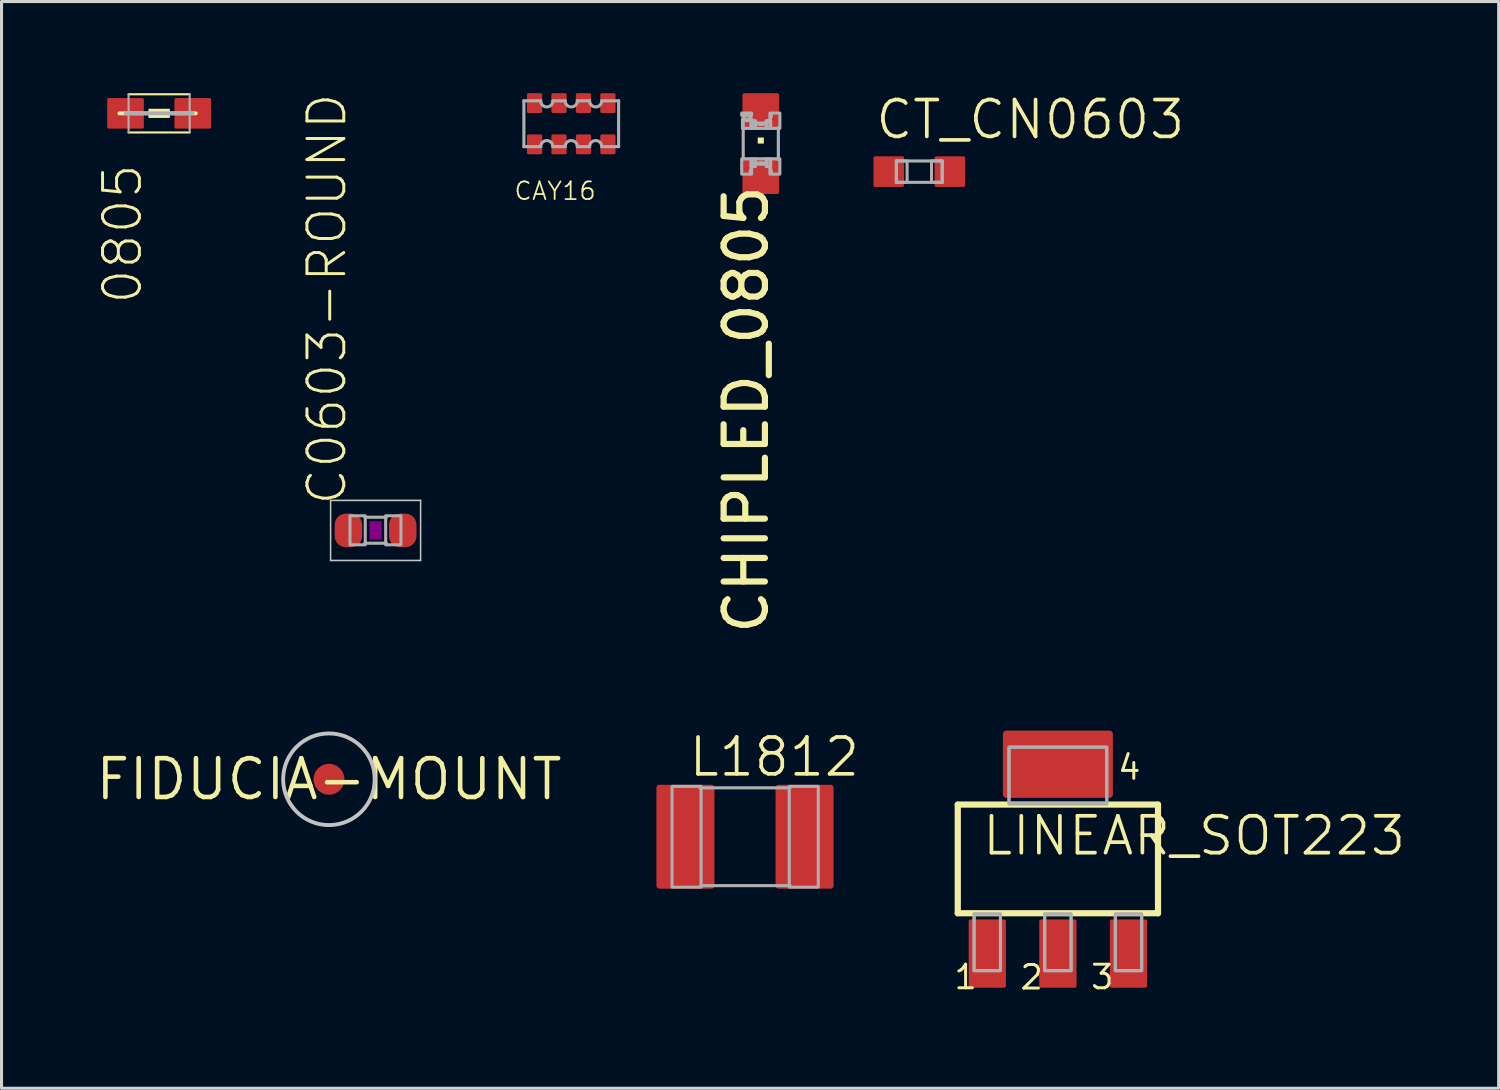
<source format=kicad_pcb>
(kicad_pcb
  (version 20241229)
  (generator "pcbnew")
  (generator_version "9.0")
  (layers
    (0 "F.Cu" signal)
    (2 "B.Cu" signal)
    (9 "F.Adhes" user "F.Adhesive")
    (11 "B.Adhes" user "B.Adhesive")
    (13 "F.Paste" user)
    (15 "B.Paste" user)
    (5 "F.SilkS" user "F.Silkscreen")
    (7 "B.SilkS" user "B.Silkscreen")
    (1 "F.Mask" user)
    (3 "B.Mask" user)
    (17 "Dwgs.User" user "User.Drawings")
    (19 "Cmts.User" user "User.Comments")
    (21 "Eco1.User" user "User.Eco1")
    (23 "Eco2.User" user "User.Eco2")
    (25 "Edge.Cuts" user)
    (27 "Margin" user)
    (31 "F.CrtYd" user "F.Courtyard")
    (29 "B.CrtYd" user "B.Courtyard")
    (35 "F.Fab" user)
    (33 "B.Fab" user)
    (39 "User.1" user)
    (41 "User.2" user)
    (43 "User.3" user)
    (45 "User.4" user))
  (footprint "FIDUCIA-MOUNT"
    (layer "F.Cu")
    (at 7.718 22.457)
    (property "Reference" "FIDUCIA-MOUNT" (at 0 0 0) (layer "F.SilkS") (effects (font (size 1.27 1.27) (thickness 0.15))))
    (attr through_hole)
    (fp_circle (center 0 0) (end 0.5 0) (stroke (width 2.184) (type solid)) (fill no) (layer "F.Mask"))
    (fp_circle (center 0 0) (end 1.5 0) (stroke (width 0.127) (type solid)) (fill no) (layer "Dwgs.User"))
    (pad "P$1" smd roundrect (at 0 0) (size 1.016 1.016) (layers "F.Cu" "F.Mask" "F.Paste") (roundrect_rratio 0.5)))
  (footprint "CHIPLED_0805"
    (layer "F.Cu")
    (at 21.852 1.65)
    (property "Reference" "CHIPLED_0805" (at -1.27 1.27 270) (layer "F.SilkS") (effects (font (size 1.351 1.351) (thickness 0.203)) (justify right top)))
    (attr through_hole)
    (fp_poly (pts (xy -0.1 0) (xy 0.1 0) (xy 0.1 -0.2) (xy -0.1 -0.2)) (stroke (width 0) (type solid)) (fill yes) (layer "F.SilkS"))
    (fp_line (start -0.575 0.5) (end -0.575 -0.925) (stroke (width 0.102) (type solid)) (layer "F.Fab"))
    (fp_line (start 0.575 -0.525) (end 0.575 0.525) (stroke (width 0.102) (type solid)) (layer "F.Fab"))
    (fp_arc (start -0.35 0.925) (mid -0.000001 0.625027) (end 0.35 0.924998) (stroke (width 0.1016) (type solid)) (layer "F.Fab"))
    (fp_arc (start 0.35 -0.924998) (mid -0.000001 -0.625027) (end -0.35 -0.925) (stroke (width 0.1016) (type solid)) (layer "F.Fab"))
    (fp_circle (center -0.45 -0.85) (end -0.347 -0.85) (stroke (width 0.102) (type solid)) (fill no) (layer "F.Fab"))
    (fp_poly (pts (xy -0.625 -0.925) (xy -0.3 -0.925) (xy -0.3 -1) (xy -0.625 -1)) (stroke (width 0.1) (type solid)) (fill no) (layer "F.Fab"))
    (fp_poly (pts (xy -0.625 1) (xy -0.3 1) (xy -0.3 0.5) (xy -0.625 0.5)) (stroke (width 0.1) (type solid)) (fill no) (layer "F.Fab"))
    (fp_poly (pts (xy -0.6 -0.5) (xy -0.3 -0.5) (xy -0.3 -0.8) (xy -0.6 -0.8)) (stroke (width 0.1) (type solid)) (fill no) (layer "F.Fab"))
    (fp_poly (pts (xy -0.325 -0.5) (xy -0.175 -0.5) (xy -0.175 -0.75) (xy -0.325 -0.75)) (stroke (width 0.1) (type solid)) (fill no) (layer "F.Fab"))
    (fp_poly (pts (xy -0.325 0.75) (xy -0.175 0.75) (xy -0.175 0.5) (xy -0.325 0.5)) (stroke (width 0.1) (type solid)) (fill no) (layer "F.Fab"))
    (fp_poly (pts (xy -0.2 -0.5) (xy 0.2 -0.5) (xy 0.2 -0.675) (xy -0.2 -0.675)) (stroke (width 0.1) (type solid)) (fill no) (layer "F.Fab"))
    (fp_poly (pts (xy -0.2 0.675) (xy 0.2 0.675) (xy 0.2 0.5) (xy -0.2 0.5)) (stroke (width 0.1) (type solid)) (fill no) (layer "F.Fab"))
    (fp_poly (pts (xy 0.175 -0.5) (xy 0.325 -0.5) (xy 0.325 -0.75) (xy 0.175 -0.75)) (stroke (width 0.1) (type solid)) (fill no) (layer "F.Fab"))
    (fp_poly (pts (xy 0.175 0.75) (xy 0.325 0.75) (xy 0.325 0.5) (xy 0.175 0.5)) (stroke (width 0.1) (type solid)) (fill no) (layer "F.Fab"))
    (fp_poly (pts (xy 0.3 -0.5) (xy 0.625 -0.5) (xy 0.625 -1) (xy 0.3 -1)) (stroke (width 0.1) (type solid)) (fill no) (layer "F.Fab"))
    (fp_poly (pts (xy 0.3 1) (xy 0.625 1) (xy 0.625 0.5) (xy 0.3 0.5)) (stroke (width 0.1) (type solid)) (fill no) (layer "F.Fab"))
    (pad "A" smd roundrect (at 0 1.05) (size 1.2 1.2) (layers "F.Cu" "F.Mask" "F.Paste") (roundrect_rratio 0.05))
    (pad "C" smd roundrect (at 0 -1.05) (size 1.2 1.2) (layers "F.Cu" "F.Mask" "F.Paste") (roundrect_rratio 0.05)))
  (footprint "LINEAR_SOT223"
    (layer "F.Cu")
    (at 31.577 25.064)
    (property "Reference" "LINEAR_SOT223" (at -2.54 -0.051 0) (layer "F.SilkS") (effects (font (size 1.206 1.206) (thickness 0.121)) (justify left bottom)))
    (attr through_hole)
    (fp_line (start -3.277 -1.778) (end 3.277 -1.778) (stroke (width 0.203) (type solid)) (layer "F.SilkS"))
    (fp_line (start -3.277 1.778) (end -3.277 -1.778) (stroke (width 0.203) (type solid)) (layer "F.SilkS"))
    (fp_line (start 3.277 -1.778) (end 3.277 1.778) (stroke (width 0.203) (type solid)) (layer "F.SilkS"))
    (fp_line (start 3.277 1.778) (end -3.277 1.778) (stroke (width 0.203) (type solid)) (layer "F.SilkS"))
    (fp_poly (pts (xy -2.743 3.658) (xy -1.88 3.658) (xy -1.88 1.803) (xy -2.743 1.803)) (stroke (width 0.1) (type solid)) (fill no) (layer "F.Fab"))
    (fp_poly (pts (xy -2.743 3.658) (xy -1.88 3.658) (xy -1.88 1.803) (xy -2.743 1.803)) (stroke (width 0.1) (type solid)) (fill no) (layer "F.Fab"))
    (fp_poly (pts (xy -1.6 -1.803) (xy 1.6 -1.803) (xy 1.6 -3.658) (xy -1.6 -3.658)) (stroke (width 0.1) (type solid)) (fill no) (layer "F.Fab"))
    (fp_poly (pts (xy -1.6 -1.803) (xy 1.6 -1.803) (xy 1.6 -3.658) (xy -1.6 -3.658)) (stroke (width 0.1) (type solid)) (fill no) (layer "F.Fab"))
    (fp_poly (pts (xy -0.432 3.658) (xy 0.432 3.658) (xy 0.432 1.803) (xy -0.432 1.803)) (stroke (width 0.1) (type solid)) (fill no) (layer "F.Fab"))
    (fp_poly (pts (xy -0.432 3.658) (xy 0.432 3.658) (xy 0.432 1.803) (xy -0.432 1.803)) (stroke (width 0.1) (type solid)) (fill no) (layer "F.Fab"))
    (fp_poly (pts (xy 1.88 3.658) (xy 2.743 3.658) (xy 2.743 1.803) (xy 1.88 1.803)) (stroke (width 0.1) (type solid)) (fill no) (layer "F.Fab"))
    (fp_poly (pts (xy 1.88 3.658) (xy 2.743 3.658) (xy 2.743 1.803) (xy 1.88 1.803)) (stroke (width 0.1) (type solid)) (fill no) (layer "F.Fab"))
    (fp_text user "2" (at -1.291 4.327 0) (layer "F.SilkS") (effects (font (size 0.772 0.772) (thickness 0.098)) (justify left bottom)))
    (fp_text user "3" (at 1.021 4.318 0) (layer "F.SilkS") (effects (font (size 0.772 0.772) (thickness 0.098)) (justify left bottom)))
    (fp_text user "1" (at -3.453 4.318 0) (layer "F.SilkS") (effects (font (size 0.772 0.772) (thickness 0.098)) (justify left bottom)))
    (fp_text user "4" (at 1.905 -2.54 0) (layer "F.SilkS") (effects (font (size 0.772 0.772) (thickness 0.098)) (justify left bottom)))
    (pad "1" smd roundrect (at -2.311 3.099) (size 1.219 2.235) (layers "F.Cu" "F.Mask" "F.Paste") (roundrect_rratio 0.05))
    (pad "2" smd roundrect (at 0 3.099) (size 1.219 2.235) (layers "F.Cu" "F.Mask" "F.Paste") (roundrect_rratio 0.05))
    (pad "3" smd roundrect (at 2.311 3.099) (size 1.219 2.235) (layers "F.Cu" "F.Mask" "F.Paste") (roundrect_rratio 0.05))
    (pad "4" smd roundrect (at 0 -3.099) (size 3.6 2.2) (layers "F.Cu" "F.Mask" "F.Paste") (roundrect_rratio 0.05)))
  (footprint "CAY16"
    (layer "F.Cu")
    (at 15.648 1)
    (property "Reference" "CAY16" (at -1.905 2.54 0) (layer "F.SilkS") (effects (font (size 0.579 0.579) (thickness 0.058)) (justify left bottom)))
    (attr through_hole)
    (fp_line (start -1.55 -0.75) (end -1 -0.75) (stroke (width 0.102) (type solid)) (layer "F.Fab"))
    (fp_line (start -1.55 0.75) (end -1.55 -0.75) (stroke (width 0.102) (type solid)) (layer "F.Fab"))
    (fp_line (start -1 0.75) (end -1.55 0.75) (stroke (width 0.102) (type solid)) (layer "F.Fab"))
    (fp_line (start -0.6 -0.75) (end -0.2 -0.75) (stroke (width 0.102) (type solid)) (layer "F.Fab"))
    (fp_line (start -0.2 0.75) (end -0.6 0.75) (stroke (width 0.102) (type solid)) (layer "F.Fab"))
    (fp_line (start 0.2 -0.75) (end 0.6 -0.75) (stroke (width 0.102) (type solid)) (layer "F.Fab"))
    (fp_line (start 0.6 0.75) (end 0.2 0.75) (stroke (width 0.102) (type solid)) (layer "F.Fab"))
    (fp_line (start 1 -0.75) (end 1.55 -0.75) (stroke (width 0.102) (type solid)) (layer "F.Fab"))
    (fp_line (start 1.55 -0.75) (end 1.55 0.75) (stroke (width 0.102) (type solid)) (layer "F.Fab"))
    (fp_line (start 1.55 0.75) (end 1 0.75) (stroke (width 0.102) (type solid)) (layer "F.Fab"))
    (fp_arc (start -1 0.75) (mid -0.8 0.55) (end -0.6 0.75) (stroke (width 0.1016) (type solid)) (layer "F.Fab"))
    (fp_arc (start -0.6 -0.75) (mid -0.8 -0.55) (end -1 -0.75) (stroke (width 0.1016) (type solid)) (layer "F.Fab"))
    (fp_arc (start -0.2 0.75) (mid 0 0.55) (end 0.2 0.75) (stroke (width 0.1016) (type solid)) (layer "F.Fab"))
    (fp_arc (start 0.2 -0.75) (mid 0 -0.55) (end -0.2 -0.75) (stroke (width 0.1016) (type solid)) (layer "F.Fab"))
    (fp_arc (start 0.6 0.75) (mid 0.8 0.55) (end 1 0.75) (stroke (width 0.1016) (type solid)) (layer "F.Fab"))
    (fp_arc (start 1 -0.75) (mid 0.8 -0.55) (end 0.6 -0.75) (stroke (width 0.1016) (type solid)) (layer "F.Fab"))
    (pad "1" smd roundrect (at -1.2 0.675) (size 0.5 0.65) (layers "F.Cu" "F.Mask" "F.Paste") (roundrect_rratio 0.102))
    (pad "2" smd roundrect (at -0.4 0.675) (size 0.5 0.65) (layers "F.Cu" "F.Mask" "F.Paste") (roundrect_rratio 0.102))
    (pad "3" smd roundrect (at 0.4 0.675) (size 0.5 0.65) (layers "F.Cu" "F.Mask" "F.Paste") (roundrect_rratio 0.102))
    (pad "4" smd roundrect (at 1.2 0.675) (size 0.5 0.65) (layers "F.Cu" "F.Mask" "F.Paste") (roundrect_rratio 0.102))
    (pad "5" smd roundrect (at 1.2 -0.675) (size 0.5 0.65) (layers "F.Cu" "F.Mask" "F.Paste") (roundrect_rratio 0.102))
    (pad "6" smd roundrect (at 0.4 -0.675) (size 0.5 0.65) (layers "F.Cu" "F.Mask" "F.Paste") (roundrect_rratio 0.102))
    (pad "7" smd roundrect (at -0.4 -0.675) (size 0.5 0.65) (layers "F.Cu" "F.Mask" "F.Paste") (roundrect_rratio 0.102))
    (pad "8" smd roundrect (at -1.2 -0.675) (size 0.5 0.65) (layers "F.Cu" "F.Mask" "F.Paste") (roundrect_rratio 0.102)))
  (footprint "C0603-ROUND"
    (layer "F.Cu")
    (at 9.244 14.312)
    (property "Reference" "C0603-ROUND" (at -0.889 -0.762 90) (layer "F.SilkS") (effects (font (size 1.206 1.206) (thickness 0.097)) (justify left bottom)))
    (attr through_hole)
    (fp_poly (pts (xy -0.2 0.3) (xy 0.2 0.3) (xy 0.2 -0.3) (xy -0.2 -0.3)) (stroke (width 0) (type solid)) (fill yes) (layer "F.Adhes"))
    (fp_line (start -1.473 -0.983) (end 1.473 -0.983) (stroke (width 0.051) (type solid)) (layer "Dwgs.User"))
    (fp_line (start -1.473 0.983) (end -1.473 -0.983) (stroke (width 0.051) (type solid)) (layer "Dwgs.User"))
    (fp_line (start 1.473 -0.983) (end 1.473 0.983) (stroke (width 0.051) (type solid)) (layer "Dwgs.User"))
    (fp_line (start 1.473 0.983) (end -1.473 0.983) (stroke (width 0.051) (type solid)) (layer "Dwgs.User"))
    (fp_line (start -0.356 -0.432) (end 0.356 -0.432) (stroke (width 0.102) (type solid)) (layer "F.Fab"))
    (fp_line (start -0.356 0.419) (end 0.356 0.419) (stroke (width 0.102) (type solid)) (layer "F.Fab"))
    (fp_poly (pts (xy -0.838 0.47) (xy -0.338 0.47) (xy -0.338 -0.48) (xy -0.838 -0.48)) (stroke (width 0.1) (type solid)) (fill no) (layer "F.Fab"))
    (fp_poly (pts (xy 0.33 0.47) (xy 0.83 0.47) (xy 0.83 -0.48) (xy 0.33 -0.48)) (stroke (width 0.1) (type solid)) (fill no) (layer "F.Fab"))
    (pad "1" smd roundrect (at -0.889 0 90) (size 1.1 0.898) (layers "F.Cu" "F.Mask" "F.Paste") (roundrect_rratio 0.4))
    (pad "2" smd roundrect (at 0.889 0 90) (size 1.1 0.898) (layers "F.Cu" "F.Mask" "F.Paste") (roundrect_rratio 0.4)))
  (footprint "L1812"
    (layer "F.Cu")
    (at 21.336 24.338)
    (property "Reference" "L1812" (at -1.905 -1.905 0) (layer "F.SilkS") (effects (font (size 1.206 1.206) (thickness 0.121)) (justify left bottom)))
    (attr through_hole)
    (fp_line (start -1.473 -1.6) (end 1.473 -1.6) (stroke (width 0.102) (type solid)) (layer "F.Fab"))
    (fp_line (start -1.448 1.6) (end 1.473 1.6) (stroke (width 0.102) (type solid)) (layer "F.Fab"))
    (fp_poly (pts (xy -2.388 1.651) (xy -1.438 1.651) (xy -1.438 -1.649) (xy -2.388 -1.649)) (stroke (width 0.1) (type solid)) (fill no) (layer "F.Fab"))
    (fp_poly (pts (xy 1.448 1.651) (xy 2.398 1.651) (xy 2.398 -1.649) (xy 1.448 -1.649)) (stroke (width 0.1) (type solid)) (fill no) (layer "F.Fab"))
    (pad "1" smd roundrect (at -1.95 0) (size 1.9 3.4) (layers "F.Cu" "F.Mask" "F.Paste") (roundrect_rratio 0.05))
    (pad "2" smd roundrect (at 1.95 0) (size 1.9 3.4) (layers "F.Cu" "F.Mask" "F.Paste") (roundrect_rratio 0.05)))
  (footprint "0805"
    (layer "F.Cu")
    (at 2.159 0.66)
    (property "Reference" "0805" (at -1.905 1.587 90) (layer "F.SilkS") (effects (font (size 1.206 1.206) (thickness 0.097)) (justify right top)))
    (attr through_hole)
    (fp_line (start -1.3 0) (end 1.2 0) (stroke (width 0.127) (type solid)) (layer "F.SilkS"))
    (fp_line (start -1 -0.625) (end 1 -0.625) (stroke (width 0.07) (type solid)) (layer "F.SilkS"))
    (fp_line (start 1 0.625) (end -1 0.625) (stroke (width 0.07) (type solid)) (layer "F.SilkS"))
    (fp_poly (pts (xy -0.35 0.15) (xy 0.35 0.15) (xy 0.35 -0.15) (xy -0.35 -0.15)) (stroke (width 0) (type solid)) (fill yes) (layer "F.SilkS"))
    (fp_line (start -1.1 0) (end 1.1 0) (stroke (width 0.127) (type solid)) (layer "F.Fab"))
    (fp_line (start -1 0.625) (end -1 -0.625) (stroke (width 0.07) (type solid)) (layer "F.Fab"))
    (fp_line (start 1 -0.625) (end 1 0.625) (stroke (width 0.07) (type solid)) (layer "F.Fab"))
    (pad "1" smd roundrect (at -1.1 0) (size 1.2 1) (layers "F.Cu" "F.Mask" "F.Paste") (roundrect_rratio 0.051))
    (pad "2" smd roundrect (at 1.1 0) (size 1.2 1) (layers "F.Cu" "F.Mask" "F.Paste") (roundrect_rratio 0.051)))
  (footprint "CT_CN0603"
    (layer "F.Cu")
    (at 27.041 2.568)
    (property "Reference" "CT_CN0603" (at -1.5 -1 0) (layer "F.SilkS") (effects (font (size 1.206 1.206) (thickness 0.121)) (justify left bottom)))
    (attr through_hole)
    (fp_line (start -0.75 -0.35) (end 0.75 -0.35) (stroke (width 0.102) (type solid)) (layer "F.Fab"))
    (fp_line (start -0.75 0.35) (end -0.75 -0.35) (stroke (width 0.102) (type solid)) (layer "F.Fab"))
    (fp_line (start 0.75 -0.35) (end 0.75 0.35) (stroke (width 0.102) (type solid)) (layer "F.Fab"))
    (fp_line (start 0.75 0.35) (end -0.75 0.35) (stroke (width 0.102) (type solid)) (layer "F.Fab"))
    (fp_poly (pts (xy -0.75 0.35) (xy -0.4 0.35) (xy -0.4 -0.35) (xy -0.75 -0.35)) (stroke (width 0.1) (type solid)) (fill no) (layer "F.Fab"))
    (fp_poly (pts (xy 0.75 -0.35) (xy 0.4 -0.35) (xy 0.4 0.35) (xy 0.75 0.35)) (stroke (width 0.1) (type solid)) (fill no) (layer "F.Fab"))
    (pad "1" smd roundrect (at -1 0) (size 1 1) (layers "F.Cu" "F.Mask" "F.Paste") (roundrect_rratio 0.051))
    (pad "2" smd roundrect (at 1 0) (size 1 1) (layers "F.Cu" "F.Mask" "F.Paste") (roundrect_rratio 0.051)))
  (gr_rect
    (start -3 -3)
    (end 46.004 32.572)
    (stroke (width 0.1) (type default))
    (fill no)
    (layer "Edge.Cuts")))
</source>
